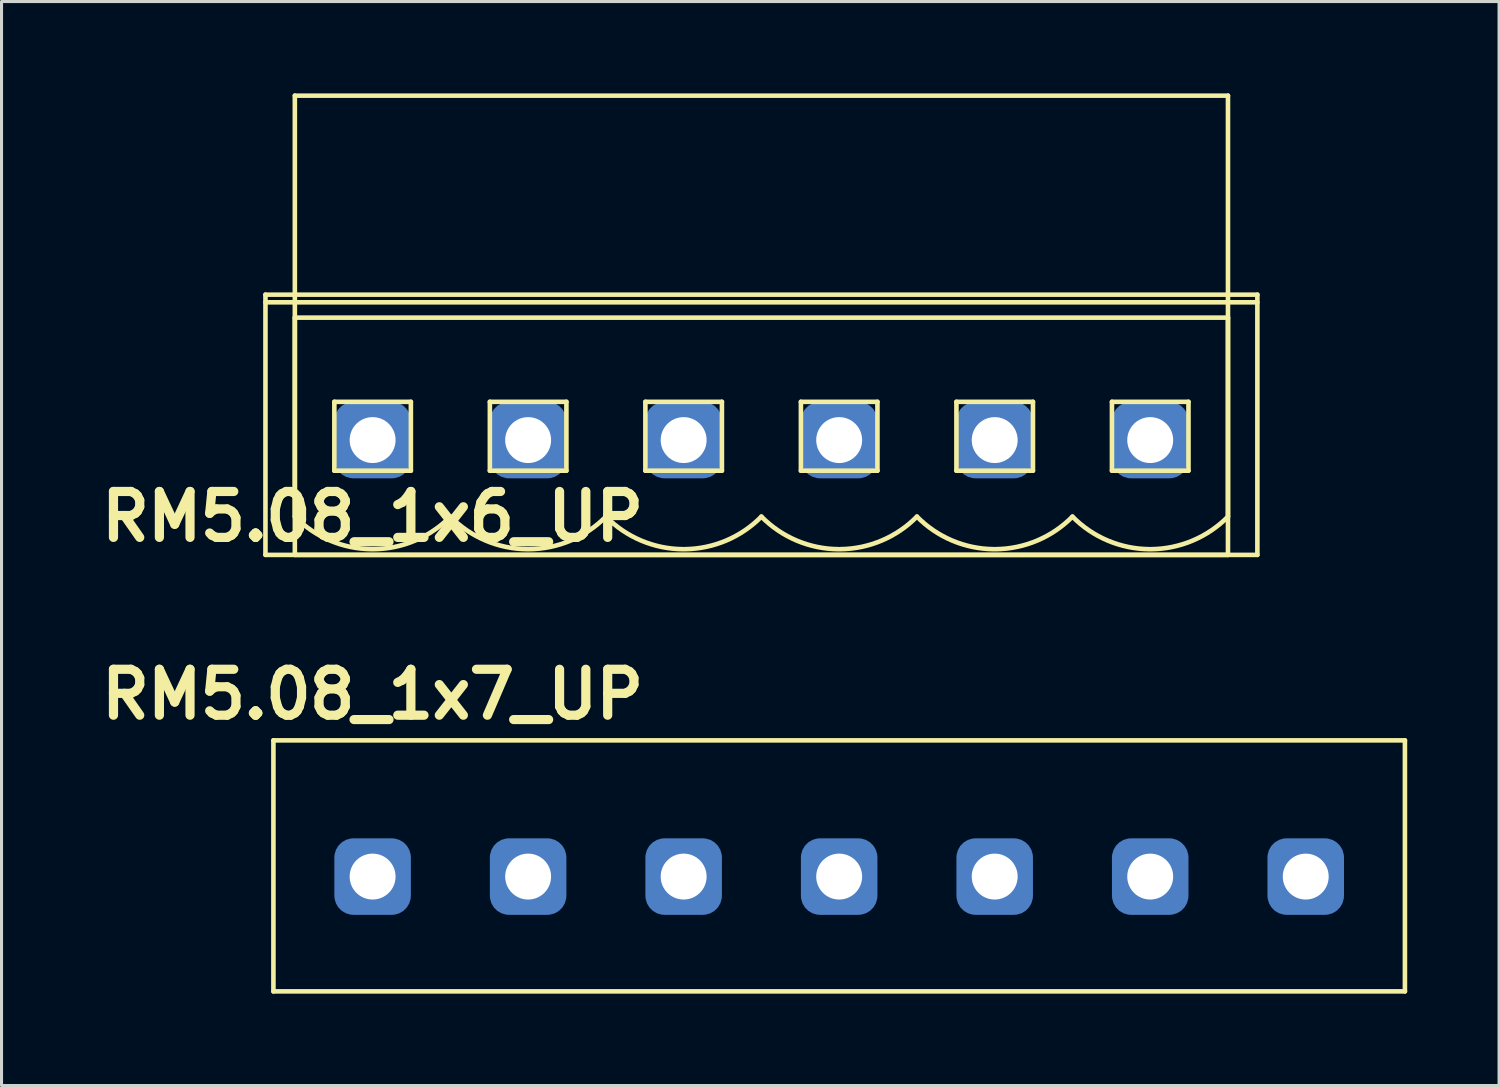
<source format=kicad_pcb>
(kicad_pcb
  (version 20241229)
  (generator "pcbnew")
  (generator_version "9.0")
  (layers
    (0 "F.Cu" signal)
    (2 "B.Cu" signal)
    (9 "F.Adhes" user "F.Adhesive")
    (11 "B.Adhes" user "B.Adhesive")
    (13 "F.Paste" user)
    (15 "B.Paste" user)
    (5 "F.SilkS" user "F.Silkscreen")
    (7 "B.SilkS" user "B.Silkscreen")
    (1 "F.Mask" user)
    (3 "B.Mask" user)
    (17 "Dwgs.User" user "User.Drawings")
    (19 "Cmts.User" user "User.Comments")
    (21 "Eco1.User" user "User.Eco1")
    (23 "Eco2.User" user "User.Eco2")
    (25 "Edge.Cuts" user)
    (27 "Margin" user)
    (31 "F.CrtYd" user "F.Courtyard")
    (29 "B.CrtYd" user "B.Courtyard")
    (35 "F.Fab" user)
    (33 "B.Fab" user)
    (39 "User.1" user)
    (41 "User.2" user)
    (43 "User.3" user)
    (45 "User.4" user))
  (footprint "RM5.08_1x6_UP"
    (layer "F.Cu")
    (at 9.121 11.325)
    (property "Reference" "RM5.08_1x6_UP" (at 0 2.5 0) (layer "F.SilkS") (effects (font (size 1.5 1.5) (thickness 0.3))))
    (attr through_hole)
    (fp_line (start -3.5 -4.75) (end -3.5 3.75) (stroke (width 0.15) (type solid)) (layer "F.SilkS"))
    (fp_line (start -3.5 -4.5) (end 28.9 -4.5) (stroke (width 0.15) (type solid)) (layer "F.SilkS"))
    (fp_line (start -3.5 3.75) (end 28.9 3.75) (stroke (width 0.15) (type solid)) (layer "F.SilkS"))
    (fp_line (start -2.54 -11.25) (end -2.54 3.75) (stroke (width 0.15) (type solid)) (layer "F.SilkS"))
    (fp_line (start -2.54 -4) (end -2.54 2.5) (stroke (width 0.15) (type solid)) (layer "F.SilkS"))
    (fp_line (start -2.54 -4) (end 27.94 -4) (stroke (width 0.15) (type solid)) (layer "F.SilkS"))
    (fp_line (start -2.54 3.75) (end 27.94 3.75) (stroke (width 0.15) (type solid)) (layer "F.SilkS"))
    (fp_line (start -1.25 -1.25) (end -1.25 1) (stroke (width 0.15) (type solid)) (layer "F.SilkS"))
    (fp_line (start -1.25 1) (end 1.25 1) (stroke (width 0.15) (type solid)) (layer "F.SilkS"))
    (fp_line (start 1.25 -1.25) (end -1.25 -1.25) (stroke (width 0.15) (type solid)) (layer "F.SilkS"))
    (fp_line (start 1.25 1) (end 1.25 -1.25) (stroke (width 0.15) (type solid)) (layer "F.SilkS"))
    (fp_line (start 3.83 -1.25) (end 3.83 1) (stroke (width 0.15) (type solid)) (layer "F.SilkS"))
    (fp_line (start 3.83 1) (end 6.33 1) (stroke (width 0.15) (type solid)) (layer "F.SilkS"))
    (fp_line (start 6.33 -1.25) (end 3.83 -1.25) (stroke (width 0.15) (type solid)) (layer "F.SilkS"))
    (fp_line (start 6.33 1) (end 6.33 -1.25) (stroke (width 0.15) (type solid)) (layer "F.SilkS"))
    (fp_line (start 8.91 -1.25) (end 8.91 1) (stroke (width 0.15) (type solid)) (layer "F.SilkS"))
    (fp_line (start 8.91 1) (end 11.41 1) (stroke (width 0.15) (type solid)) (layer "F.SilkS"))
    (fp_line (start 11.41 -1.25) (end 8.91 -1.25) (stroke (width 0.15) (type solid)) (layer "F.SilkS"))
    (fp_line (start 11.41 1) (end 11.41 -1.25) (stroke (width 0.15) (type solid)) (layer "F.SilkS"))
    (fp_line (start 13.99 -1.25) (end 13.99 1) (stroke (width 0.15) (type solid)) (layer "F.SilkS"))
    (fp_line (start 13.99 1) (end 16.49 1) (stroke (width 0.15) (type solid)) (layer "F.SilkS"))
    (fp_line (start 16.49 -1.25) (end 13.99 -1.25) (stroke (width 0.15) (type solid)) (layer "F.SilkS"))
    (fp_line (start 16.49 1) (end 16.49 -1.25) (stroke (width 0.15) (type solid)) (layer "F.SilkS"))
    (fp_line (start 19.07 -1.25) (end 19.07 1) (stroke (width 0.15) (type solid)) (layer "F.SilkS"))
    (fp_line (start 19.07 1) (end 21.57 1) (stroke (width 0.15) (type solid)) (layer "F.SilkS"))
    (fp_line (start 21.57 -1.25) (end 19.07 -1.25) (stroke (width 0.15) (type solid)) (layer "F.SilkS"))
    (fp_line (start 21.57 1) (end 21.57 -1.25) (stroke (width 0.15) (type solid)) (layer "F.SilkS"))
    (fp_line (start 24.15 -1.25) (end 24.15 1) (stroke (width 0.15) (type solid)) (layer "F.SilkS"))
    (fp_line (start 24.15 1) (end 26.65 1) (stroke (width 0.15) (type solid)) (layer "F.SilkS"))
    (fp_line (start 26.65 -1.25) (end 24.15 -1.25) (stroke (width 0.15) (type solid)) (layer "F.SilkS"))
    (fp_line (start 26.65 1) (end 26.65 -1.25) (stroke (width 0.15) (type solid)) (layer "F.SilkS"))
    (fp_line (start 27.94 -11.25) (end -2.54 -11.25) (stroke (width 0.15) (type solid)) (layer "F.SilkS"))
    (fp_line (start 27.94 -4) (end 27.94 2.5) (stroke (width 0.15) (type solid)) (layer "F.SilkS"))
    (fp_line (start 27.94 3.75) (end 27.94 -11.25) (stroke (width 0.15) (type solid)) (layer "F.SilkS"))
    (fp_line (start 28.9 -4.75) (end -3.5 -4.75) (stroke (width 0.15) (type solid)) (layer "F.SilkS"))
    (fp_line (start 28.9 3.75) (end 28.9 -4.75) (stroke (width 0.15) (type solid)) (layer "F.SilkS"))
    (fp_arc (start -0.028284 3.563818) (mid -1.389945 3.281715) (end -2.54 2.5) (stroke (width 0.15) (type solid)) (layer "F.SilkS"))
    (fp_arc (start 2.54 2.5) (mid 1.389945 3.281715) (end 0.028284 3.563818) (stroke (width 0.15) (type solid)) (layer "F.SilkS"))
    (fp_arc (start 5.051716 3.563818) (mid 3.690055 3.281715) (end 2.54 2.5) (stroke (width 0.15) (type solid)) (layer "F.SilkS"))
    (fp_arc (start 7.62 2.5) (mid 6.469945 3.281715) (end 5.108284 3.563818) (stroke (width 0.15) (type solid)) (layer "F.SilkS"))
    (fp_arc (start 10.131716 3.563818) (mid 8.770055 3.281715) (end 7.62 2.5) (stroke (width 0.15) (type solid)) (layer "F.SilkS"))
    (fp_arc (start 12.7 2.5) (mid 11.549945 3.281715) (end 10.188284 3.563818) (stroke (width 0.15) (type solid)) (layer "F.SilkS"))
    (fp_arc (start 15.211716 3.563818) (mid 13.850055 3.281715) (end 12.7 2.5) (stroke (width 0.15) (type solid)) (layer "F.SilkS"))
    (fp_arc (start 17.78 2.5) (mid 16.629945 3.281715) (end 15.268284 3.563818) (stroke (width 0.15) (type solid)) (layer "F.SilkS"))
    (fp_arc (start 20.291716 3.563818) (mid 18.930055 3.281715) (end 17.78 2.5) (stroke (width 0.15) (type solid)) (layer "F.SilkS"))
    (fp_arc (start 22.86 2.5) (mid 21.709945 3.281715) (end 20.348284 3.563818) (stroke (width 0.15) (type solid)) (layer "F.SilkS"))
    (fp_arc (start 25.371716 3.563818) (mid 24.010055 3.281715) (end 22.86 2.5) (stroke (width 0.15) (type solid)) (layer "F.SilkS"))
    (fp_arc (start 27.94 2.5) (mid 26.789945 3.281715) (end 25.428284 3.563818) (stroke (width 0.15) (type solid)) (layer "F.SilkS"))
    (pad "1" thru_hole circle (at 0 0) (size 1.8 1.8) (drill 1.5) (layers "*.Cu" "*.Mask"))
    (pad "1" smd roundrect (at 0 0) (size 2.5 2.5) (layers "B.Cu" "B.Mask") (roundrect_rratio 0.25))
    (pad "2" thru_hole circle (at 5.08 0) (size 1.8 1.8) (drill 1.5) (layers "*.Cu" "*.Mask"))
    (pad "2" smd roundrect (at 5.08 0) (size 2.5 2.5) (layers "B.Cu" "B.Mask") (roundrect_rratio 0.25))
    (pad "3" thru_hole circle (at 10.16 0) (size 1.8 1.8) (drill 1.5) (layers "*.Cu" "*.Mask"))
    (pad "3" smd roundrect (at 10.16 0) (size 2.5 2.5) (layers "B.Cu" "B.Mask") (roundrect_rratio 0.25))
    (pad "4" thru_hole circle (at 15.24 0) (size 1.8 1.8) (drill 1.5) (layers "*.Cu" "*.Mask"))
    (pad "4" smd roundrect (at 15.24 0) (size 2.5 2.5) (layers "B.Cu" "B.Mask") (roundrect_rratio 0.25))
    (pad "5" thru_hole circle (at 20.32 0) (size 1.8 1.8) (drill 1.5) (layers "*.Cu" "*.Mask"))
    (pad "5" smd roundrect (at 20.32 0) (size 2.5 2.5) (layers "B.Cu" "B.Mask") (roundrect_rratio 0.25))
    (pad "6" thru_hole circle (at 25.4 0) (size 1.8 1.8) (drill 1.5) (layers "*.Cu" "*.Mask"))
    (pad "6" smd roundrect (at 25.4 0) (size 2.5 2.5) (layers "B.Cu" "B.Mask") (roundrect_rratio 0.25)))
  (footprint "RM5.08_1x7_UP"
    (layer "F.Cu")
    (at 9.121 25.583)
    (property "Reference" "RM5.08_1x7_UP" (at 0 -5.95 0) (layer "F.SilkS") (effects (font (size 1.5 1.5) (thickness 0.3))))
    (attr through_hole)
    (fp_line (start -3.24 -4.45) (end -3.24 3.75) (stroke (width 0.15) (type solid)) (layer "F.SilkS"))
    (fp_line (start -3.24 -4.45) (end 33.72 -4.45) (stroke (width 0.15) (type solid)) (layer "F.SilkS"))
    (fp_line (start -3.24 3.75) (end 33.72 3.75) (stroke (width 0.15) (type solid)) (layer "F.SilkS"))
    (fp_line (start 33.72 -4.45) (end 33.72 3.75) (stroke (width 0.15) (type solid)) (layer "F.SilkS"))
    (pad "1" thru_hole circle (at 0 0) (size 1.8 1.8) (drill 1.5) (layers "*.Cu" "*.Mask"))
    (pad "1" smd roundrect (at 0 0) (size 2.5 2.5) (layers "B.Cu" "B.Mask") (roundrect_rratio 0.25))
    (pad "2" thru_hole circle (at 5.08 0) (size 1.8 1.8) (drill 1.5) (layers "*.Cu" "*.Mask"))
    (pad "2" smd roundrect (at 5.08 0) (size 2.5 2.5) (layers "B.Cu" "B.Mask") (roundrect_rratio 0.25))
    (pad "3" thru_hole circle (at 10.16 0) (size 1.8 1.8) (drill 1.5) (layers "*.Cu" "*.Mask"))
    (pad "3" smd roundrect (at 10.16 0) (size 2.5 2.5) (layers "B.Cu" "B.Mask") (roundrect_rratio 0.25))
    (pad "4" thru_hole circle (at 15.24 0) (size 1.8 1.8) (drill 1.5) (layers "*.Cu" "*.Mask"))
    (pad "4" smd roundrect (at 15.24 0) (size 2.5 2.5) (layers "B.Cu" "B.Mask") (roundrect_rratio 0.25))
    (pad "5" thru_hole circle (at 20.32 0) (size 1.8 1.8) (drill 1.5) (layers "*.Cu" "*.Mask"))
    (pad "5" smd roundrect (at 20.32 0) (size 2.5 2.5) (layers "B.Cu" "B.Mask") (roundrect_rratio 0.25))
    (pad "6" thru_hole circle (at 25.4 0) (size 1.8 1.8) (drill 1.5) (layers "*.Cu" "*.Mask"))
    (pad "6" smd roundrect (at 25.4 0) (size 2.5 2.5) (layers "B.Cu" "B.Mask") (roundrect_rratio 0.25))
    (pad "7" thru_hole circle (at 30.48 0) (size 1.8 1.8) (drill 1.5) (layers "*.Cu" "*.Mask"))
    (pad "7" smd roundrect (at 30.48 0) (size 2.5 2.5) (layers "B.Cu" "B.Mask") (roundrect_rratio 0.25)))
  (gr_rect
    (start -3 -3)
    (end 45.916 32.408)
    (stroke (width 0.1) (type default))
    (fill no)
    (layer "Edge.Cuts")))
</source>
